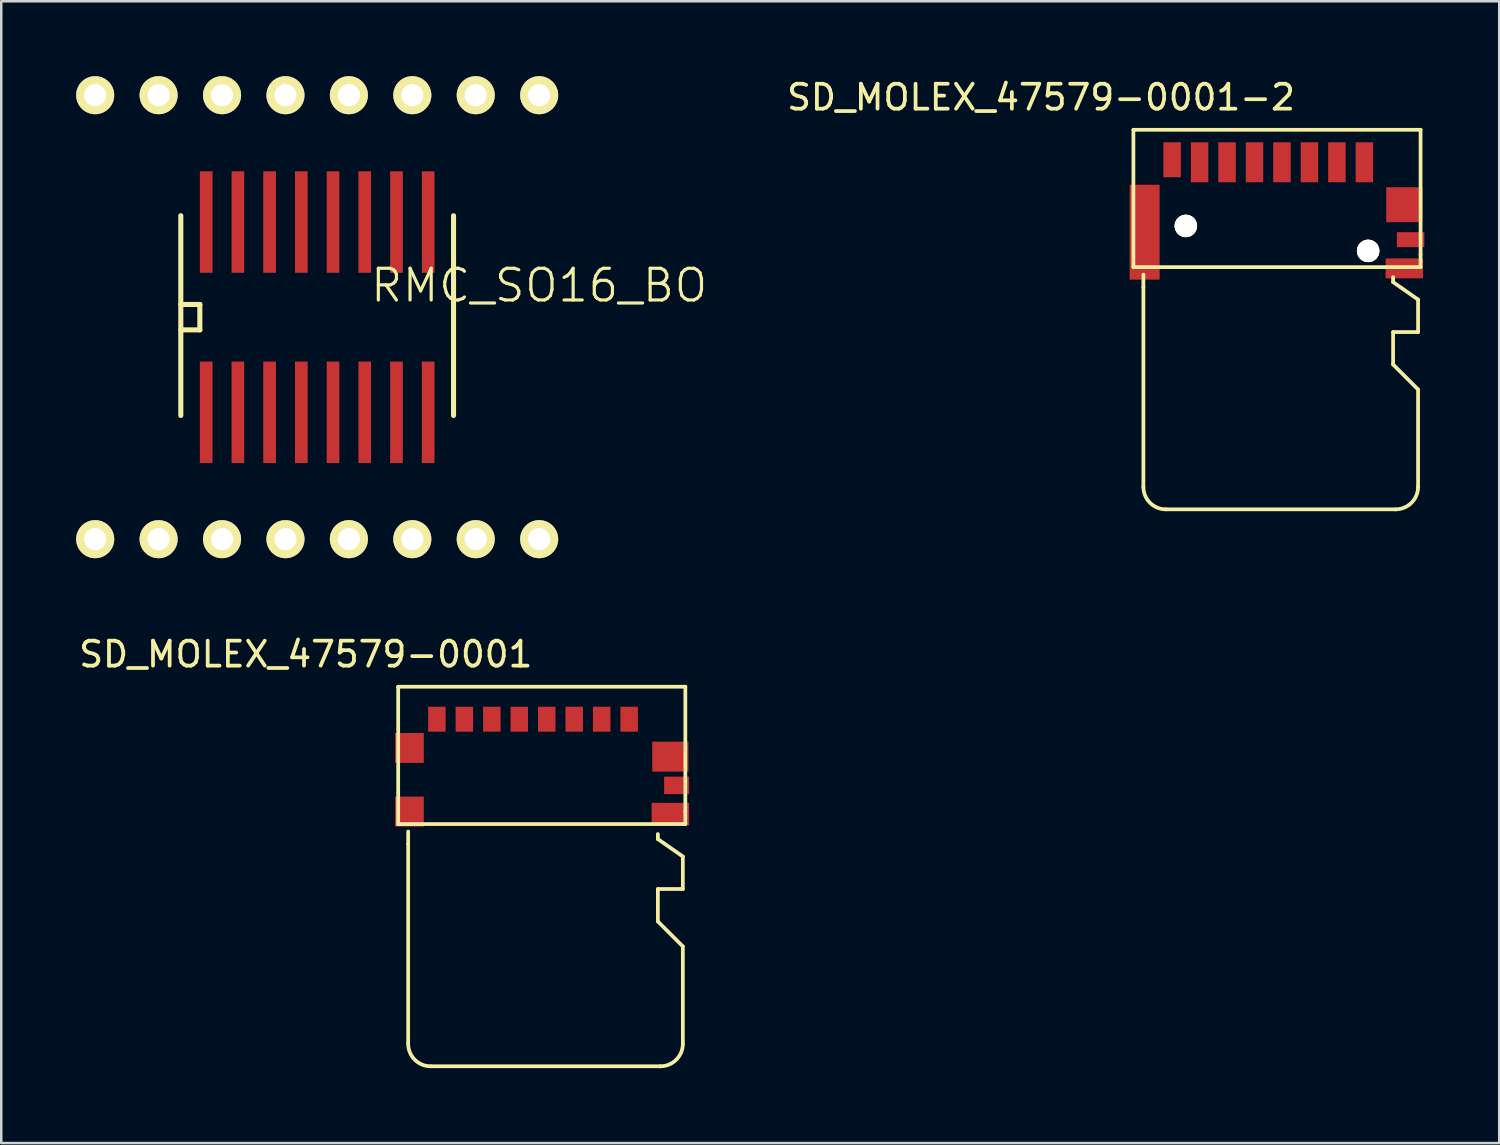
<source format=kicad_pcb>
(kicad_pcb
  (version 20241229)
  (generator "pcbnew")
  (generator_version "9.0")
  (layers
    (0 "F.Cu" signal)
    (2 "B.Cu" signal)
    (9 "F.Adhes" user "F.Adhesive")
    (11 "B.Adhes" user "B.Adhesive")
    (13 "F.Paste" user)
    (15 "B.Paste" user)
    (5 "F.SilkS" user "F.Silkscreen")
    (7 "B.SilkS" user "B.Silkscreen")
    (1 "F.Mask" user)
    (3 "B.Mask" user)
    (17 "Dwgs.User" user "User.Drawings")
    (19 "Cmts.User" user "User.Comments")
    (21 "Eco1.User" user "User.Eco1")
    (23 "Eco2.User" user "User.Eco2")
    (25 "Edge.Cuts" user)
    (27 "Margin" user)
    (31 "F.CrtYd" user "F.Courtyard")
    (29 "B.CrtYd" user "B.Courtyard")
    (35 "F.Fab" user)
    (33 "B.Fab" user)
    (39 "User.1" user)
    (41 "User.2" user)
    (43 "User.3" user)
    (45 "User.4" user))
  (footprint "SD_MOLEX_47579-0001-2"
    (layer "F.Cu")
    (at 47.74 3.448)
    (property "Reference" "SD_MOLEX_47579-0001-2" (at -9.1 -2.6 0) (layer "F.SilkS") (effects (font (size 1 1) (thickness 0.15))))
    (attr through_hole)
    (fp_line (start -5.4 -1.3) (end 6.1 -1.3) (stroke (width 0.15) (type solid)) (layer "F.SilkS"))
    (fp_line (start -5.4 4.2) (end -5.4 -1.3) (stroke (width 0.15) (type solid)) (layer "F.SilkS"))
    (fp_line (start -5 5) (end -5 4.5) (stroke (width 0.15) (type solid)) (layer "F.SilkS"))
    (fp_line (start -5 5) (end -5 13) (stroke (width 0.15) (type solid)) (layer "F.SilkS"))
    (fp_line (start -4.1 13.9) (end 5.1 13.9) (stroke (width 0.15) (type solid)) (layer "F.SilkS"))
    (fp_line (start 5 4.8) (end 5 4.6) (stroke (width 0.15) (type solid)) (layer "F.SilkS"))
    (fp_line (start 5 6.8) (end 5 8.1) (stroke (width 0.15) (type solid)) (layer "F.SilkS"))
    (fp_line (start 5 8.1) (end 6 9.1) (stroke (width 0.15) (type solid)) (layer "F.SilkS"))
    (fp_line (start 6 5.5) (end 5 4.8) (stroke (width 0.15) (type solid)) (layer "F.SilkS"))
    (fp_line (start 6 6.8) (end 5 6.8) (stroke (width 0.15) (type solid)) (layer "F.SilkS"))
    (fp_line (start 6 6.8) (end 6 5.5) (stroke (width 0.15) (type solid)) (layer "F.SilkS"))
    (fp_line (start 6 9.1) (end 6 13) (stroke (width 0.15) (type solid)) (layer "F.SilkS"))
    (fp_line (start 6.1 -1.3) (end 6.1 3.7) (stroke (width 0.15) (type solid)) (layer "F.SilkS"))
    (fp_line (start 6.1 3.7) (end 6.1 4.2) (stroke (width 0.15) (type solid)) (layer "F.SilkS"))
    (fp_line (start 6.1 4.2) (end -5.4 4.2) (stroke (width 0.15) (type solid)) (layer "F.SilkS"))
    (fp_arc (start -4.1 13.9) (mid -4.736396 13.636396) (end -5 13) (stroke (width 0.15) (type solid)) (layer "F.SilkS"))
    (fp_arc (start 6 13) (mid 5.736396 13.636396) (end 5.1 13.9) (stroke (width 0.15) (type solid)) (layer "F.SilkS"))
    (pad "" thru_hole circle (at -3.3 2.55) (size 0.9 0.9) (drill 0.9) (layers "*.Cu" "*.Mask" "F.SilkS"))
    (pad "" thru_hole circle (at 4 3.55) (size 0.9 0.9) (drill 0.9) (layers "*.Cu" "*.Mask" "F.SilkS"))
    (pad "1" smd rect (at 3.85 0) (size 0.7 1.6) (layers "F.Cu" "F.Mask" "F.Paste"))
    (pad "2" smd rect (at 2.75 0) (size 0.7 1.6) (layers "F.Cu" "F.Mask" "F.Paste"))
    (pad "3" smd rect (at 1.65 0) (size 0.7 1.6) (layers "F.Cu" "F.Mask" "F.Paste"))
    (pad "4" smd rect (at 0.55 0) (size 0.7 1.6) (layers "F.Cu" "F.Mask" "F.Paste"))
    (pad "5" smd rect (at -0.55 0) (size 0.7 1.6) (layers "F.Cu" "F.Mask" "F.Paste"))
    (pad "6" smd rect (at -1.65 0) (size 0.7 1.6) (layers "F.Cu" "F.Mask" "F.Paste"))
    (pad "7" smd rect (at -2.75 0) (size 0.7 1.6) (layers "F.Cu" "F.Mask" "F.Paste"))
    (pad "8" smd rect (at -3.85 -0.1) (size 0.7 1.4) (layers "F.Cu" "F.Mask" "F.Paste"))
    (pad "9" smd rect (at -4.95 2.8) (size 1.2 3.8) (layers "F.Cu" "F.Mask" "F.Paste"))
    (pad "9" smd rect (at 5.45 1.7) (size 1.45 1.4) (layers "F.Cu" "F.Mask" "F.Paste"))
    (pad "10" smd rect (at 5.7 3.1) (size 1.1 0.6) (layers "F.Cu" "F.Mask" "F.Paste"))
    (pad "11" smd rect (at 5.45 4.25) (size 1.5 0.8) (layers "F.Cu" "F.Mask" "F.Paste")))
  (footprint "SD_MOLEX_47579-0001"
    (layer "F.Cu")
    (at 18.296 25.752)
    (property "Reference" "SD_MOLEX_47579-0001" (at -9.1 -2.6 0) (layer "F.SilkS") (effects (font (size 1 1) (thickness 0.15))))
    (attr through_hole)
    (fp_line (start -5.4 -1.3) (end 6.1 -1.3) (stroke (width 0.15) (type solid)) (layer "F.SilkS"))
    (fp_line (start -5.4 4.2) (end -5.4 -1.3) (stroke (width 0.15) (type solid)) (layer "F.SilkS"))
    (fp_line (start -5 5) (end -5 4.5) (stroke (width 0.15) (type solid)) (layer "F.SilkS"))
    (fp_line (start -5 5) (end -5 13) (stroke (width 0.15) (type solid)) (layer "F.SilkS"))
    (fp_line (start -4.1 13.9) (end 5.1 13.9) (stroke (width 0.15) (type solid)) (layer "F.SilkS"))
    (fp_line (start 5 4.8) (end 5 4.6) (stroke (width 0.15) (type solid)) (layer "F.SilkS"))
    (fp_line (start 5 6.8) (end 5 8.1) (stroke (width 0.15) (type solid)) (layer "F.SilkS"))
    (fp_line (start 5 8.1) (end 6 9.1) (stroke (width 0.15) (type solid)) (layer "F.SilkS"))
    (fp_line (start 6 5.5) (end 5 4.8) (stroke (width 0.15) (type solid)) (layer "F.SilkS"))
    (fp_line (start 6 6.8) (end 5 6.8) (stroke (width 0.15) (type solid)) (layer "F.SilkS"))
    (fp_line (start 6 6.8) (end 6 5.5) (stroke (width 0.15) (type solid)) (layer "F.SilkS"))
    (fp_line (start 6 9.1) (end 6 13) (stroke (width 0.15) (type solid)) (layer "F.SilkS"))
    (fp_line (start 6.1 -1.3) (end 6.1 3.7) (stroke (width 0.15) (type solid)) (layer "F.SilkS"))
    (fp_line (start 6.1 3.7) (end 6.1 4.2) (stroke (width 0.15) (type solid)) (layer "F.SilkS"))
    (fp_line (start 6.1 4.2) (end -5.4 4.2) (stroke (width 0.15) (type solid)) (layer "F.SilkS"))
    (fp_arc (start -4.1 13.9) (mid -4.736396 13.636396) (end -5 13) (stroke (width 0.15) (type solid)) (layer "F.SilkS"))
    (fp_arc (start 6 13) (mid 5.736396 13.636396) (end 5.1 13.9) (stroke (width 0.15) (type solid)) (layer "F.SilkS"))
    (pad "1" smd rect (at 3.85 0) (size 0.7 1) (layers "F.Cu" "F.Mask" "F.Paste"))
    (pad "2" smd rect (at 2.75 0) (size 0.7 1) (layers "F.Cu" "F.Mask" "F.Paste"))
    (pad "3" smd rect (at 1.65 0) (size 0.7 1) (layers "F.Cu" "F.Mask" "F.Paste"))
    (pad "4" smd rect (at 0.55 0) (size 0.7 1) (layers "F.Cu" "F.Mask" "F.Paste"))
    (pad "5" smd rect (at -0.55 0) (size 0.7 1) (layers "F.Cu" "F.Mask" "F.Paste"))
    (pad "6" smd rect (at -1.65 0) (size 0.7 1) (layers "F.Cu" "F.Mask" "F.Paste"))
    (pad "7" smd rect (at -2.75 0) (size 0.7 1) (layers "F.Cu" "F.Mask" "F.Paste"))
    (pad "8" smd rect (at -3.85 0) (size 0.7 1) (layers "F.Cu" "F.Mask" "F.Paste"))
    (pad "9" smd rect (at -4.95 1.15) (size 1.15 1.2) (layers "F.Cu" "F.Mask" "F.Paste"))
    (pad "10" smd rect (at -4.95 3.7) (size 1.15 1.2) (layers "F.Cu" "F.Mask" "F.Paste"))
    (pad "11" smd rect (at 5.5 1.5) (size 1.45 1.2) (layers "F.Cu" "F.Mask" "F.Paste"))
    (pad "12" smd rect (at 5.75 2.65) (size 1 0.7) (layers "F.Cu" "F.Mask" "F.Paste"))
    (pad "13" smd rect (at 5.5 3.8) (size 1.5 0.9) (layers "F.Cu" "F.Mask" "F.Paste")))
  (footprint "RMC_SO16_BO"
    (layer "F.Cu")
    (at 9.652 9.652)
    (property "Reference" "RMC_SO16_BO" (at 8.89 -1.27 0) (layer "F.SilkS") (effects (font (size 1.27 1.27) (thickness 0.127))))
    (attr smd)
    (fp_line (start -5.461 -0.508) (end -4.699 -0.508) (stroke (width 0.203) (type solid)) (layer "F.SilkS"))
    (fp_line (start -5.461 3.937) (end -5.461 -4.064) (stroke (width 0.203) (type solid)) (layer "F.SilkS"))
    (fp_line (start -4.699 -0.508) (end -4.699 0.508) (stroke (width 0.203) (type solid)) (layer "F.SilkS"))
    (fp_line (start -4.699 0.508) (end -5.461 0.508) (stroke (width 0.203) (type solid)) (layer "F.SilkS"))
    (fp_line (start 5.461 -4.064) (end 5.461 3.937) (stroke (width 0.203) (type solid)) (layer "F.SilkS"))
    (pad "1" thru_hole circle (at -8.89 8.89) (size 1.524 1.524) (drill 0.889) (layers "*.Cu" "*.Mask" "F.SilkS"))
    (pad "1" smd rect (at -4.445 3.81) (size 0.508 4.064) (layers "F.Cu" "F.Mask" "F.Paste"))
    (pad "2" thru_hole circle (at -6.35 8.89) (size 1.524 1.524) (drill 0.889) (layers "*.Cu" "*.Mask" "F.SilkS"))
    (pad "2" smd rect (at -3.175 3.81) (size 0.508 4.064) (layers "F.Cu" "F.Mask" "F.Paste"))
    (pad "3" thru_hole circle (at -3.81 8.89) (size 1.524 1.524) (drill 0.889) (layers "*.Cu" "*.Mask" "F.SilkS"))
    (pad "3" smd rect (at -1.905 3.81) (size 0.508 4.064) (layers "F.Cu" "F.Mask" "F.Paste"))
    (pad "4" thru_hole circle (at -1.27 8.89) (size 1.524 1.524) (drill 0.889) (layers "*.Cu" "*.Mask" "F.SilkS"))
    (pad "4" smd rect (at -0.635 3.81) (size 0.508 4.064) (layers "F.Cu" "F.Mask" "F.Paste"))
    (pad "5" smd rect (at 0.635 3.81) (size 0.508 4.064) (layers "F.Cu" "F.Mask" "F.Paste"))
    (pad "5" thru_hole circle (at 1.27 8.89) (size 1.524 1.524) (drill 0.889) (layers "*.Cu" "*.Mask" "F.SilkS"))
    (pad "6" smd rect (at 1.905 3.81) (size 0.508 4.064) (layers "F.Cu" "F.Mask" "F.Paste"))
    (pad "6" thru_hole circle (at 3.81 8.89) (size 1.524 1.524) (drill 0.889) (layers "*.Cu" "*.Mask" "F.SilkS"))
    (pad "7" smd rect (at 3.175 3.81) (size 0.508 4.064) (layers "F.Cu" "F.Mask" "F.Paste"))
    (pad "7" thru_hole circle (at 6.35 8.89) (size 1.524 1.524) (drill 0.889) (layers "*.Cu" "*.Mask" "F.SilkS"))
    (pad "8" smd rect (at 4.445 3.81) (size 0.508 4.064) (layers "F.Cu" "F.Mask" "F.Paste"))
    (pad "8" thru_hole circle (at 8.89 8.89) (size 1.524 1.524) (drill 0.889) (layers "*.Cu" "*.Mask" "F.SilkS"))
    (pad "9" smd rect (at 4.445 -3.81) (size 0.508 4.064) (layers "F.Cu" "F.Mask" "F.Paste"))
    (pad "9" thru_hole circle (at 8.89 -8.89) (size 1.524 1.524) (drill 0.889) (layers "*.Cu" "*.Mask" "F.SilkS"))
    (pad "10" smd rect (at 3.175 -3.81) (size 0.508 4.064) (layers "F.Cu" "F.Mask" "F.Paste"))
    (pad "10" thru_hole circle (at 6.35 -8.89) (size 1.524 1.524) (drill 0.889) (layers "*.Cu" "*.Mask" "F.SilkS"))
    (pad "11" smd rect (at 1.905 -3.81) (size 0.508 4.064) (layers "F.Cu" "F.Mask" "F.Paste"))
    (pad "11" thru_hole circle (at 3.81 -8.89) (size 1.524 1.524) (drill 0.889) (layers "*.Cu" "*.Mask" "F.SilkS"))
    (pad "12" smd rect (at 0.635 -3.81) (size 0.508 4.064) (layers "F.Cu" "F.Mask" "F.Paste"))
    (pad "12" thru_hole circle (at 1.27 -8.89) (size 1.524 1.524) (drill 0.889) (layers "*.Cu" "*.Mask" "F.SilkS"))
    (pad "13" thru_hole circle (at -1.27 -8.89) (size 1.524 1.524) (drill 0.889) (layers "*.Cu" "*.Mask" "F.SilkS"))
    (pad "13" smd rect (at -0.635 -3.81) (size 0.508 4.064) (layers "F.Cu" "F.Mask" "F.Paste"))
    (pad "14" thru_hole circle (at -3.81 -8.89) (size 1.524 1.524) (drill 0.889) (layers "*.Cu" "*.Mask" "F.SilkS"))
    (pad "14" smd rect (at -1.905 -3.81) (size 0.508 4.064) (layers "F.Cu" "F.Mask" "F.Paste"))
    (pad "15" thru_hole circle (at -6.35 -8.89) (size 1.524 1.524) (drill 0.889) (layers "*.Cu" "*.Mask" "F.SilkS"))
    (pad "15" smd rect (at -3.175 -3.81) (size 0.508 4.064) (layers "F.Cu" "F.Mask" "F.Paste"))
    (pad "16" thru_hole circle (at -8.89 -8.89) (size 1.524 1.524) (drill 0.889) (layers "*.Cu" "*.Mask" "F.SilkS"))
    (pad "16" smd rect (at -4.445 -3.81) (size 0.508 4.064) (layers "F.Cu" "F.Mask" "F.Paste")))
  (gr_rect
    (start -3 -3)
    (end 56.99 42.727)
    (stroke (width 0.1) (type default))
    (fill no)
    (layer "Edge.Cuts")))
</source>
